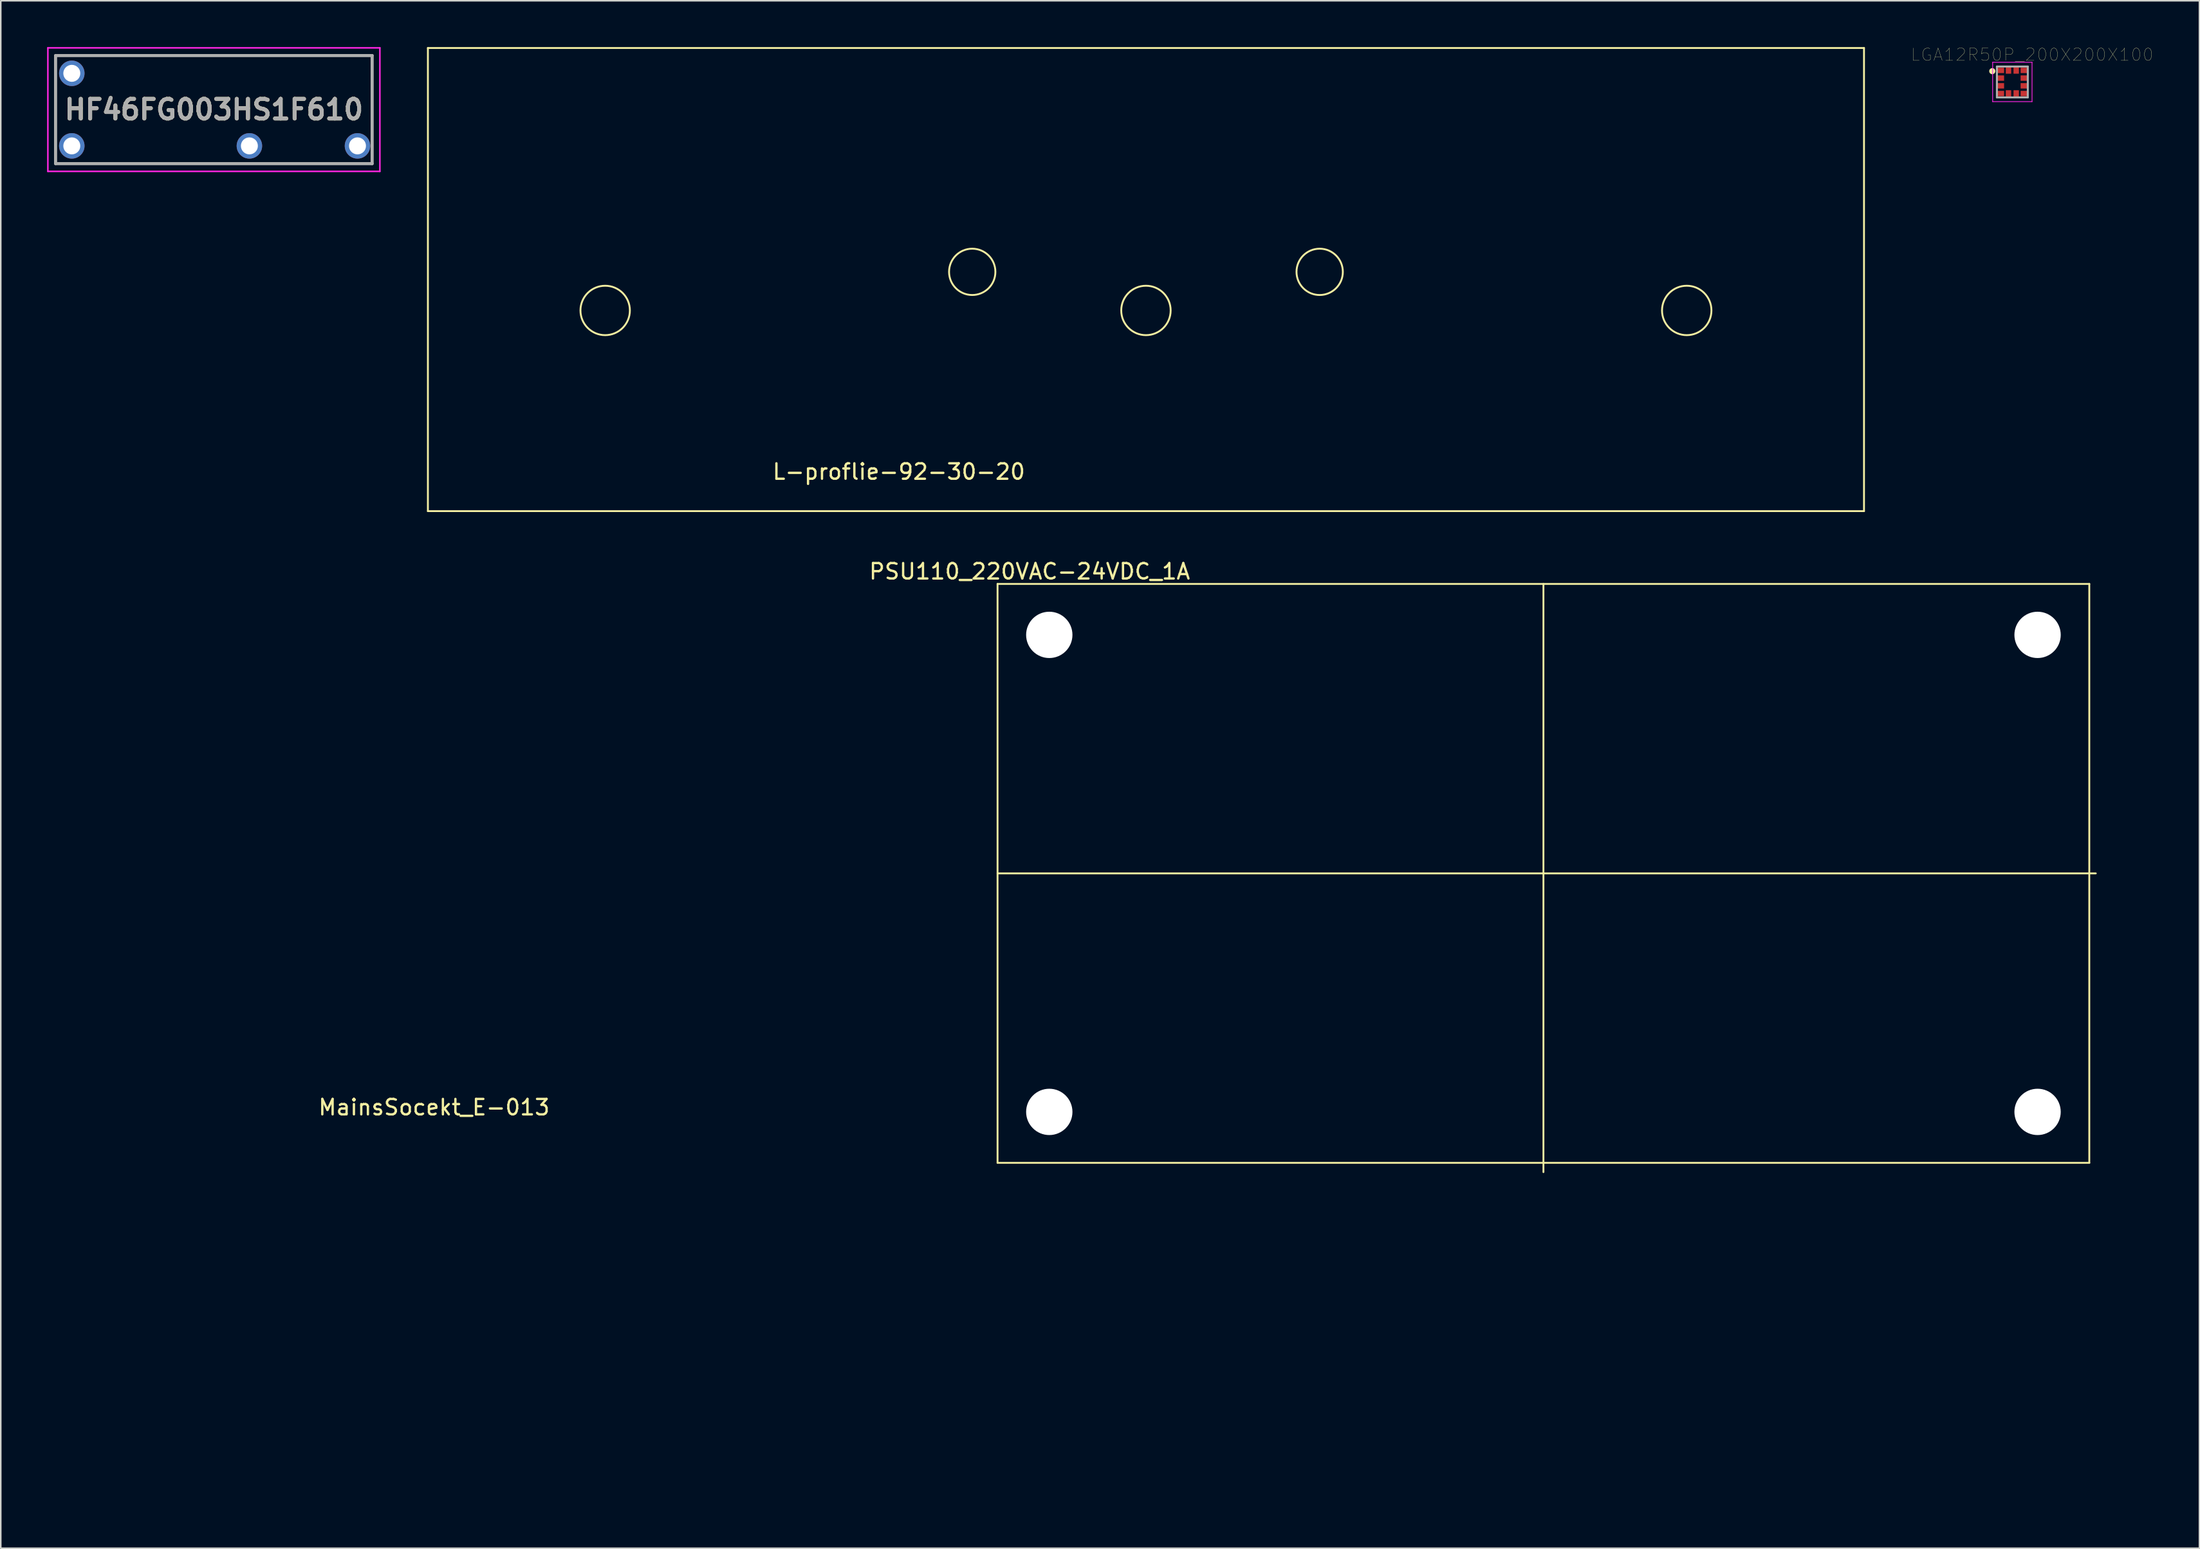
<source format=kicad_pcb>
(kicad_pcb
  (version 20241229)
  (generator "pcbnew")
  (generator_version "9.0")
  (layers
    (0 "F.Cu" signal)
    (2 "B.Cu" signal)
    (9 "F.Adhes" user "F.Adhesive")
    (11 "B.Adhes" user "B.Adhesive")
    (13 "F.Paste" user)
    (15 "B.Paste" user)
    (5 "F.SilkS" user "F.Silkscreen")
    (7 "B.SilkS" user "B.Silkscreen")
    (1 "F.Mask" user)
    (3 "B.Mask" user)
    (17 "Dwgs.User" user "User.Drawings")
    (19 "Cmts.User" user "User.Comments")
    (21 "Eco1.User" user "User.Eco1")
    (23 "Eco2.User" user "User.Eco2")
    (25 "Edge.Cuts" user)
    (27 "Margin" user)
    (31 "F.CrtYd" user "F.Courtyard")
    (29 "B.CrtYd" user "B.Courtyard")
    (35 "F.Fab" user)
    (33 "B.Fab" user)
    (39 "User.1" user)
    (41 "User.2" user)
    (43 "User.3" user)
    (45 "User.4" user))
  (footprint "HF46FG003HS1F610"
    (layer "F.Cu")
    (at 1.6 6.4)
    (property "Reference" "HF46FG003HS1F610" (at 9.2 -2.35 0) (layer "F.SilkS") (effects (font (size 1.27 1.27) (thickness 0.254))))
    (attr through_hole)
    (fp_line (start -1.05 -0.85) (end -1.05 -3.85) (stroke (width 0.1) (type solid)) (layer "F.SilkS"))
    (fp_line (start 0.95 -5.85) (end 19.45 -5.85) (stroke (width 0.1) (type solid)) (layer "F.SilkS"))
    (fp_line (start 0.95 1.15) (end 9.95 1.15) (stroke (width 0.1) (type solid)) (layer "F.SilkS"))
    (fp_line (start 12.95 1.15) (end 17.45 1.15) (stroke (width 0.1) (type solid)) (layer "F.SilkS"))
    (fp_line (start 19.45 -5.85) (end 19.45 -1.35) (stroke (width 0.1) (type solid)) (layer "F.SilkS"))
    (fp_line (start -1.55 -6.35) (end -1.55 1.65) (stroke (width 0.1) (type solid)) (layer "F.CrtYd"))
    (fp_line (start -1.55 1.65) (end 19.95 1.65) (stroke (width 0.1) (type solid)) (layer "F.CrtYd"))
    (fp_line (start 19.95 -6.35) (end -1.55 -6.35) (stroke (width 0.1) (type solid)) (layer "F.CrtYd"))
    (fp_line (start 19.95 1.65) (end 19.95 -6.35) (stroke (width 0.1) (type solid)) (layer "F.CrtYd"))
    (fp_line (start -1.05 -5.85) (end -1.05 1.15) (stroke (width 0.2) (type solid)) (layer "F.Fab"))
    (fp_line (start -1.05 1.15) (end 19.45 1.15) (stroke (width 0.2) (type solid)) (layer "F.Fab"))
    (fp_line (start 19.45 -5.85) (end -1.05 -5.85) (stroke (width 0.2) (type solid)) (layer "F.Fab"))
    (fp_line (start 19.45 1.15) (end 19.45 -5.85) (stroke (width 0.2) (type solid)) (layer "F.Fab"))
    (fp_text user "${REFERENCE}" (at 9.2 -2.35 0) (layer "F.Fab") (effects (font (size 1.27 1.27) (thickness 0.254))))
    (pad "1" thru_hole circle (at 0 0) (size 1.65 1.65) (drill 1.1) (layers "*.Cu" "*.Mask"))
    (pad "2" thru_hole circle (at 11.5 0) (size 1.65 1.65) (drill 1.1) (layers "*.Cu" "*.Mask"))
    (pad "3" thru_hole circle (at 18.5 0) (size 1.65 1.65) (drill 1.1) (layers "*.Cu" "*.Mask"))
    (pad "4" thru_hole circle (at 0 -4.7) (size 1.65 1.65) (drill 1.1) (layers "*.Cu" "*.Mask")))
  (footprint "L-proflie-92-30-20"
    (layer "F.Cu")
    (at 71.16 15.06)
    (property "Reference" "L-proflie-92-30-20" (at -16.002 12.446 0) (layer "F.SilkS") (effects (font (size 1 1) (thickness 0.15))))
    (attr through_hole)
    (fp_line (start -46.5 -15) (end -46.5 15) (stroke (width 0.12) (type solid)) (layer "F.SilkS"))
    (fp_line (start -46.5 15) (end 46.5 15) (stroke (width 0.12) (type solid)) (layer "F.SilkS"))
    (fp_line (start 46.5 -15) (end -46.5 -15) (stroke (width 0.12) (type solid)) (layer "F.SilkS"))
    (fp_line (start 46.5 15) (end 46.5 -15) (stroke (width 0.12) (type solid)) (layer "F.SilkS"))
    (fp_circle (center -35.02 2) (end -33.42 2) (stroke (width 0.12) (type solid)) (fill no) (layer "F.SilkS"))
    (fp_circle (center -11.25 -0.5) (end -9.75 -0.5) (stroke (width 0.12) (type solid)) (fill no) (layer "F.SilkS"))
    (fp_circle (center 0 2) (end 1.6 2) (stroke (width 0.12) (type solid)) (fill no) (layer "F.SilkS"))
    (fp_circle (center 11.25 -0.5) (end 12.75 -0.5) (stroke (width 0.12) (type solid)) (fill no) (layer "F.SilkS"))
    (fp_circle (center 35.02 2) (end 36.62 2) (stroke (width 0.12) (type solid)) (fill no) (layer "F.SilkS")))
  (footprint "PSU110_220VAC-24VDC_1A"
    (layer "F.Cu")
    (at 96.9 53.526)
    (property "Reference" "PSU110_220VAC-24VDC_1A" (at -33.274 -19.558 0) (layer "F.SilkS") (effects (font (size 1 1) (thickness 0.15))))
    (attr through_hole)
    (fp_line (start -35.35 -18.75) (end -35.35 18.75) (stroke (width 0.12) (type solid)) (layer "F.SilkS"))
    (fp_line (start -35.35 -18.75) (end 35.35 -18.75) (stroke (width 0.12) (type solid)) (layer "F.SilkS"))
    (fp_line (start -35.35 0) (end 35.77 0) (stroke (width 0.12) (type solid)) (layer "F.SilkS"))
    (fp_line (start 0 -18.75) (end 0 19.35) (stroke (width 0.12) (type solid)) (layer "F.SilkS"))
    (fp_line (start 35.35 -18.75) (end 35.35 18.75) (stroke (width 0.12) (type solid)) (layer "F.SilkS"))
    (fp_line (start 35.35 18.75) (end -35.35 18.75) (stroke (width 0.12) (type solid)) (layer "F.SilkS"))
    (pad "" np_thru_hole circle (at -32 -15.45) (size 3 3) (drill 3) (layers "*.Cu" "*.Mask"))
    (pad "" np_thru_hole circle (at -32 15.45) (size 3 3) (drill 3) (layers "*.Cu" "*.Mask"))
    (pad "" np_thru_hole circle (at 32 -15.45) (size 3 3) (drill 3) (layers "*.Cu" "*.Mask"))
    (pad "" np_thru_hole circle (at 32 15.45) (size 3 3) (drill 3) (layers "*.Cu" "*.Mask")))
  (footprint "LGA12R50P_200X200X100"
    (layer "F.Cu")
    (at 127.267 2.259)
    (property "Reference" "LGA12R50P_200X200X100" (at 1.284 -1.765 0) (layer "F.SilkS") (effects (font (size 0.8 0.8) (thickness 0.015))))
    (attr through_hole)
    (fp_poly (pts (xy -1.026 -0.46) (xy -0.5 -0.46) (xy -0.5 -0.04) (xy -1.026 -0.04)) (stroke (width 0.01) (type solid)) (fill yes) (layer "F.Mask"))
    (fp_poly (pts (xy -1.024 0.04) (xy -0.5 0.04) (xy -0.5 0.462) (xy -1.024 0.462)) (stroke (width 0.01) (type solid)) (fill yes) (layer "F.Mask"))
    (fp_poly (pts (xy -1.024 -0.96) (xy -0.5 -0.96) (xy -0.5 -0.542) (xy -1.024 -0.542)) (stroke (width 0.01) (type solid)) (fill yes) (layer "F.Mask"))
    (fp_poly (pts (xy -1.024 0.54) (xy -0.5 0.54) (xy -0.5 0.963) (xy -1.024 0.963)) (stroke (width 0.01) (type solid)) (fill yes) (layer "F.Mask"))
    (fp_poly (pts (xy -0.462 0.5) (xy -0.04 0.5) (xy -0.04 1.024) (xy -0.462 1.024)) (stroke (width 0.01) (type solid)) (fill yes) (layer "F.Mask"))
    (fp_poly (pts (xy -0.462 -1.02) (xy -0.04 -1.02) (xy -0.04 -0.502) (xy -0.462 -0.502)) (stroke (width 0.01) (type solid)) (fill yes) (layer "F.Mask"))
    (fp_poly (pts (xy 0.04 -1.02) (xy 0.46 -1.02) (xy 0.46 -0.501) (xy 0.04 -0.501)) (stroke (width 0.01) (type solid)) (fill yes) (layer "F.Mask"))
    (fp_poly (pts (xy 0.04 0.5) (xy 0.46 0.5) (xy 0.46 1.026) (xy 0.04 1.026)) (stroke (width 0.01) (type solid)) (fill yes) (layer "F.Mask"))
    (fp_poly (pts (xy 0.506 0.04) (xy 1.025 0.04) (xy 1.025 0.461) (xy 0.506 0.461)) (stroke (width 0.01) (type solid)) (fill yes) (layer "F.Mask"))
    (fp_poly (pts (xy 0.506 -0.46) (xy 1.025 -0.46) (xy 1.025 -0.04) (xy 0.506 -0.04)) (stroke (width 0.01) (type solid)) (fill yes) (layer "F.Mask"))
    (fp_poly (pts (xy 0.508 -0.96) (xy 1.025 -0.96) (xy 1.025 -0.543) (xy 0.508 -0.543)) (stroke (width 0.01) (type solid)) (fill yes) (layer "F.Mask"))
    (fp_poly (pts (xy 0.508 0.54) (xy 1.025 0.54) (xy 1.025 0.966) (xy 0.508 0.966)) (stroke (width 0.01) (type solid)) (fill yes) (layer "F.Mask"))
    (fp_circle (center -1.3 -0.7) (end -1.2 -0.7) (stroke (width 0.2) (type solid)) (fill no) (layer "F.SilkS"))
    (fp_line (start -1.275 -1.275) (end 1.275 -1.275) (stroke (width 0.05) (type solid)) (layer "F.CrtYd"))
    (fp_line (start -1.275 1.275) (end -1.275 -1.275) (stroke (width 0.05) (type solid)) (layer "F.CrtYd"))
    (fp_line (start 1.275 -1.275) (end 1.275 1.275) (stroke (width 0.05) (type solid)) (layer "F.CrtYd"))
    (fp_line (start 1.275 1.275) (end -1.275 1.275) (stroke (width 0.05) (type solid)) (layer "F.CrtYd"))
    (fp_line (start -1 -1) (end 1 -1) (stroke (width 0.127) (type solid)) (layer "F.Fab"))
    (fp_line (start -1 1) (end -1 -1) (stroke (width 0.127) (type solid)) (layer "F.Fab"))
    (fp_line (start 1 1) (end -1 1) (stroke (width 0.127) (type solid)) (layer "F.Fab"))
    (fp_line (start 1 1) (end 1 -1) (stroke (width 0.127) (type solid)) (layer "F.Fab"))
    (pad "1" smd rect (at -0.76 -0.75) (size 0.45 0.35) (layers "F.Cu" "F.Paste"))
    (pad "2" smd rect (at -0.76 -0.25) (size 0.45 0.35) (layers "F.Cu" "F.Paste"))
    (pad "3" smd rect (at -0.76 0.25) (size 0.45 0.35) (layers "F.Cu" "F.Paste"))
    (pad "4" smd rect (at -0.76 0.75) (size 0.45 0.35) (layers "F.Cu" "F.Paste"))
    (pad "5" smd rect (at -0.25 0.76) (size 0.35 0.45) (layers "F.Cu" "F.Paste"))
    (pad "6" smd rect (at 0.25 0.76) (size 0.35 0.45) (layers "F.Cu" "F.Paste"))
    (pad "7" smd rect (at 0.76 0.75) (size 0.45 0.35) (layers "F.Cu" "F.Paste"))
    (pad "8" smd rect (at 0.76 0.25) (size 0.45 0.35) (layers "F.Cu" "F.Paste"))
    (pad "9" smd rect (at 0.76 -0.25) (size 0.45 0.35) (layers "F.Cu" "F.Paste"))
    (pad "10" smd rect (at 0.76 -0.75) (size 0.45 0.35) (layers "F.Cu" "F.Paste"))
    (pad "11" smd rect (at 0.25 -0.76) (size 0.35 0.45) (layers "F.Cu" "F.Paste"))
    (pad "12" smd rect (at -0.25 -0.76) (size 0.35 0.45) (layers "F.Cu" "F.Paste")))
  (footprint "MainsSocekt_E-013"
    (layer "F.Cu")
    (at 25.06 68.18)
    (property "Reference" "MainsSocekt_E-013" (at 0 0.5 0) (layer "F.SilkS") (effects (font (size 1 1) (thickness 0.15))))
    (attr through_hole)
    (fp_line (start -25 -25) (end -12.5 -25) (stroke (width 0.12) (type solid)) (layer "Eco2.User"))
    (fp_line (start -25 25) (end -25 -25) (stroke (width 0.12) (type solid)) (layer "Eco2.User"))
    (fp_line (start -12.5 -35) (end 12.5 -35) (stroke (width 0.12) (type solid)) (layer "Eco2.User"))
    (fp_line (start -12.5 -25) (end -12.5 -35) (stroke (width 0.12) (type solid)) (layer "Eco2.User"))
    (fp_line (start -10 -33) (end -10 26) (stroke (width 0.12) (type solid)) (layer "Eco2.User"))
    (fp_line (start -10 25) (end -25 25) (stroke (width 0.12) (type solid)) (layer "Eco2.User"))
    (fp_line (start -10 26) (end 10 26) (stroke (width 0.12) (type solid)) (layer "Eco2.User"))
    (fp_line (start 10 -33) (end -10 -33) (stroke (width 0.12) (type solid)) (layer "Eco2.User"))
    (fp_line (start 10 25) (end 25 25) (stroke (width 0.12) (type solid)) (layer "Eco2.User"))
    (fp_line (start 10 26) (end 10 -33) (stroke (width 0.12) (type solid)) (layer "Eco2.User"))
    (fp_line (start 12.5 -35) (end 12.5 -25) (stroke (width 0.12) (type solid)) (layer "Eco2.User"))
    (fp_line (start 25 -25) (end 12.5 -25) (stroke (width 0.12) (type solid)) (layer "Eco2.User"))
    (fp_line (start 25 -25) (end 25 25) (stroke (width 0.12) (type solid)) (layer "Eco2.User"))
    (fp_arc (start -9.613607 20.188574) (mid -22.359645 0.214976) (end -9.999999 -19.999999) (stroke (width 0.12) (type solid)) (layer "Eco2.User"))
    (fp_arc (start 10.414407 -19.787372) (mid 22.359466 0.232886) (end 9.999999 19.999999) (stroke (width 0.12) (type solid)) (layer "Eco2.User")))
  (gr_rect
    (start -3 -3)
    (end 139.382 97.24)
    (stroke (width 0.1) (type default))
    (fill no)
    (layer "Edge.Cuts")))
</source>
